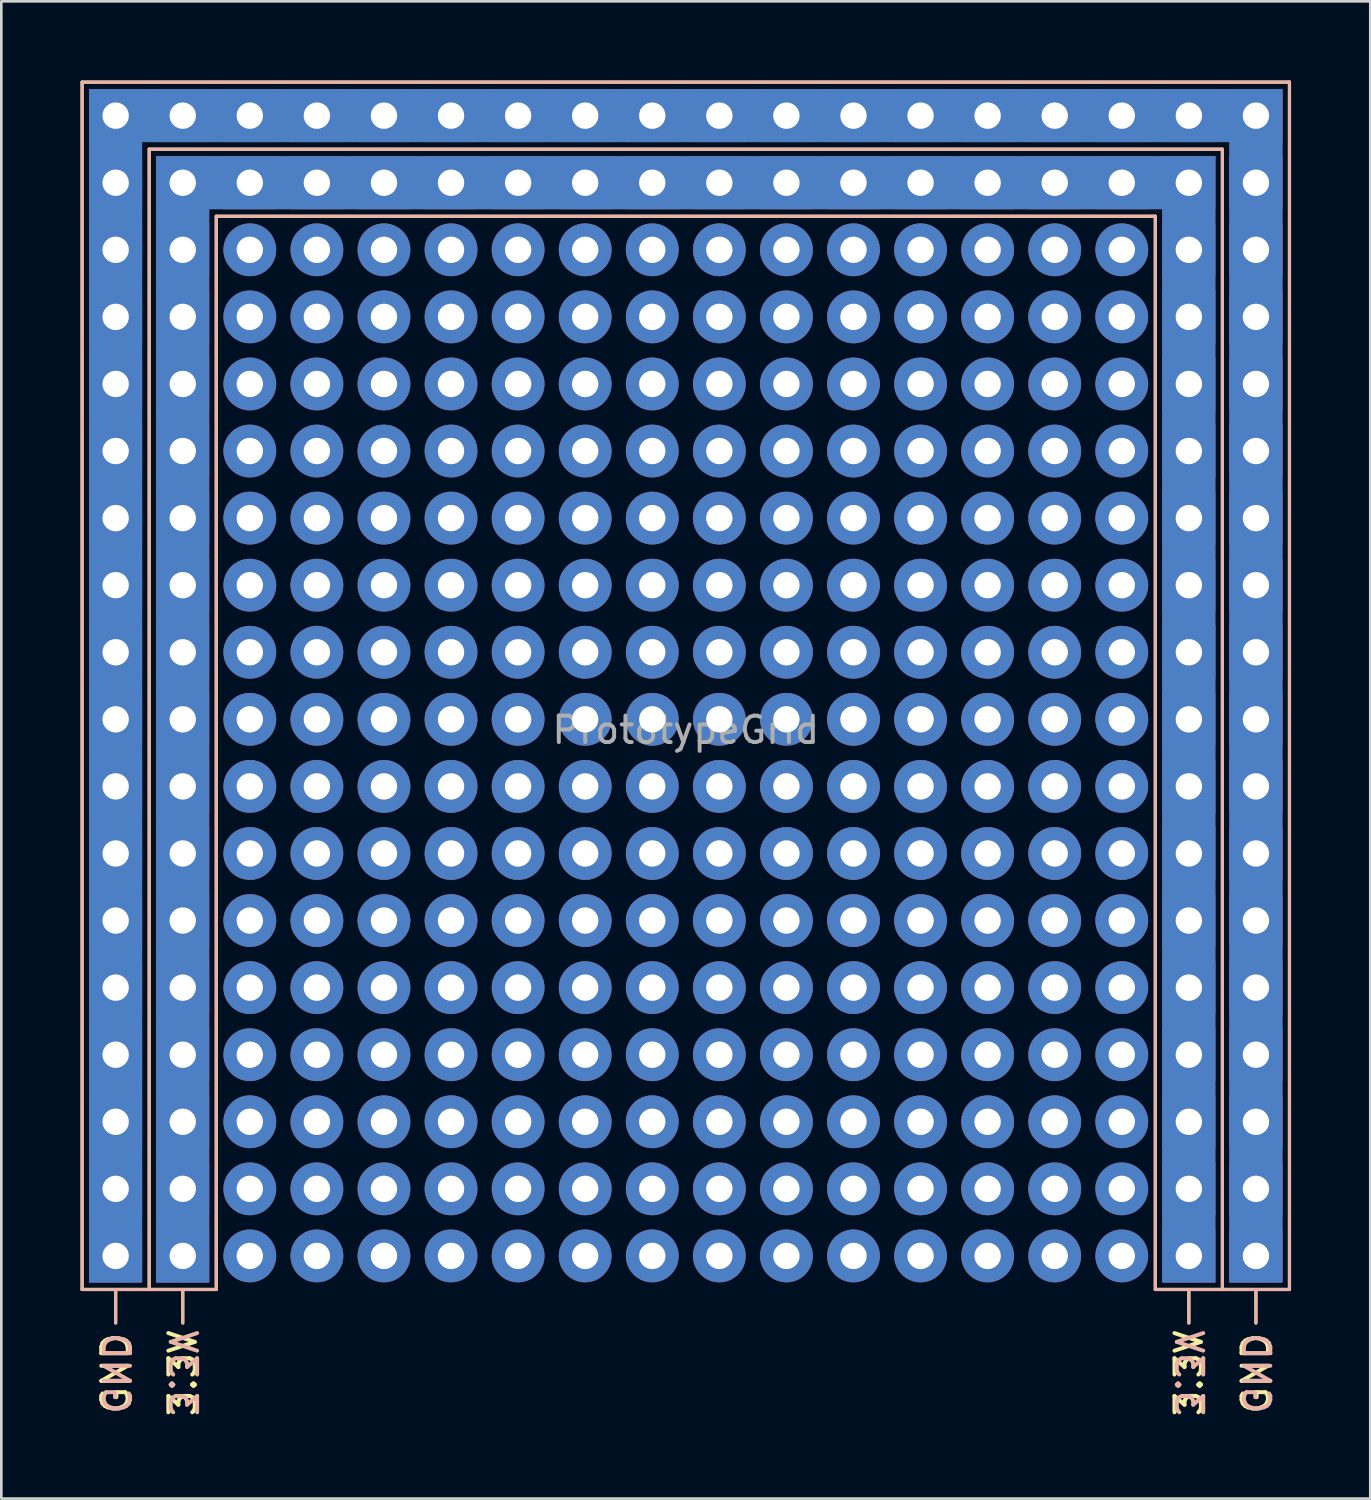
<source format=kicad_pcb>
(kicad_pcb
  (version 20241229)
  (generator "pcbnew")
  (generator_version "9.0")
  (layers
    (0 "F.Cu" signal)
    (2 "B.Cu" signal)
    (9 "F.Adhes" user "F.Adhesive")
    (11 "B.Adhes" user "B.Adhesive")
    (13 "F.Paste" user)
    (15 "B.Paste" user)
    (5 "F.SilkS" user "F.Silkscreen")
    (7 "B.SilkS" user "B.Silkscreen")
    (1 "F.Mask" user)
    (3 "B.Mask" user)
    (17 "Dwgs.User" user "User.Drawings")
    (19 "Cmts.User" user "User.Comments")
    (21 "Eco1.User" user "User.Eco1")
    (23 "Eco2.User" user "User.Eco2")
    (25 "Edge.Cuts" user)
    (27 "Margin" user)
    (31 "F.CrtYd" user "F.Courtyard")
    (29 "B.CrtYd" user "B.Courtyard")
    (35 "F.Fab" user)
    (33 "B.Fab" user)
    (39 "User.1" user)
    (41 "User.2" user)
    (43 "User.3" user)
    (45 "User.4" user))
  (footprint "PrototypeGrid"
    (layer "F.Cu")
    (at 22.92 25.46)
    (property "Reference" "PrototypeGrid" (at 0 -0.865 0) (unlocked yes) (layer "F.Fab") (effects (font (size 1 1) (thickness 0.15))))
    (attr through_hole)
    (fp_poly (pts (xy 20.05 20.05) (xy 18.05 20.05) (xy 18.05 -20.59) (xy -18.05 -20.59) (xy -18.05 20.05) (xy -20.05 20.05) (xy -20.05 -22.59) (xy 20.05 -22.59)) (stroke (width 0) (type solid)) (fill yes) (layer "F.Cu"))
    (fp_poly (pts (xy 22.59 20.05) (xy 20.59 20.05) (xy 20.59 -23.13) (xy -20.59 -23.13) (xy -20.59 20.05) (xy -22.59 20.05) (xy -22.59 -25.13) (xy 22.59 -25.13)) (stroke (width 0) (type solid)) (fill yes) (layer "F.Cu"))
    (fp_poly (pts (xy 20.05 20.05) (xy 18.05 20.05) (xy 18.05 -20.59) (xy -18.05 -20.59) (xy -18.05 20.05) (xy -20.05 20.05) (xy -20.05 -22.59) (xy 20.05 -22.59)) (stroke (width 0) (type solid)) (fill yes) (layer "F.Mask"))
    (fp_poly (pts (xy 22.59 20.05) (xy 20.59 20.05) (xy 20.59 -23.13) (xy -20.59 -23.13) (xy -20.59 20.05) (xy -22.59 20.05) (xy -22.59 -25.13) (xy 22.59 -25.13)) (stroke (width 0) (type solid)) (fill yes) (layer "F.Mask"))
    (fp_poly (pts (xy -22.59 20.05) (xy -20.59 20.05) (xy -20.59 -23.13) (xy 20.59 -23.13) (xy 20.59 20.05) (xy 22.59 20.05) (xy 22.59 -25.13) (xy -22.59 -25.13)) (stroke (width 0) (type solid)) (fill yes) (layer "B.Cu"))
    (fp_poly (pts (xy -22.59 20.05) (xy -20.59 20.05) (xy -20.59 -23.13) (xy 20.59 -23.13) (xy 20.59 20.05) (xy 22.59 20.05) (xy 22.59 -25.13) (xy -22.59 -25.13)) (stroke (width 0) (type solid)) (fill yes) (layer "B.Cu"))
    (fp_poly (pts (xy -20.05 20.05) (xy -18.05 20.05) (xy -18.05 -20.59) (xy 18.05 -20.59) (xy 18.05 20.05) (xy 20.05 20.05) (xy 20.05 -22.59) (xy -20.05 -22.59)) (stroke (width 0) (type solid)) (fill yes) (layer "B.Cu"))
    (fp_poly (pts (xy -20.05 20.05) (xy -18.05 20.05) (xy -18.05 -20.59) (xy 18.05 -20.59) (xy 18.05 20.05) (xy 20.05 20.05) (xy 20.05 -22.59) (xy -20.05 -22.59)) (stroke (width 0) (type solid)) (fill yes) (layer "B.Cu"))
    (fp_poly (pts (xy -22.59 20.05) (xy -20.59 20.05) (xy -20.59 -23.13) (xy 20.59 -23.13) (xy 20.59 20.05) (xy 22.59 20.05) (xy 22.59 -25.13) (xy -22.59 -25.13)) (stroke (width 0) (type solid)) (fill yes) (layer "B.Mask"))
    (fp_poly (pts (xy -20.05 20.05) (xy -18.05 20.05) (xy -18.05 -20.59) (xy 18.05 -20.59) (xy 18.05 20.05) (xy 20.05 20.05) (xy 20.05 -22.59) (xy -20.05 -22.59)) (stroke (width 0) (type solid)) (fill yes) (layer "B.Mask"))
    (fp_line (start -22.86 -25.4) (end 22.86 -25.4) (stroke (width 0.12) (type solid)) (layer "F.SilkS"))
    (fp_line (start -22.86 20.32) (end -22.86 -25.4) (stroke (width 0.12) (type solid)) (layer "F.SilkS"))
    (fp_line (start -21.59 20.32) (end -21.59 21.59) (stroke (width 0.12) (type solid)) (layer "F.SilkS"))
    (fp_line (start -20.32 -22.86) (end 20.32 -22.86) (stroke (width 0.12) (type solid)) (layer "F.SilkS"))
    (fp_line (start -20.32 20.32) (end -20.32 -22.86) (stroke (width 0.12) (type solid)) (layer "F.SilkS"))
    (fp_line (start -19.05 20.32) (end -19.05 21.59) (stroke (width 0.12) (type solid)) (layer "F.SilkS"))
    (fp_line (start -17.78 -20.32) (end -17.78 20.32) (stroke (width 0.12) (type solid)) (layer "F.SilkS"))
    (fp_line (start -17.78 20.32) (end -22.86 20.32) (stroke (width 0.12) (type solid)) (layer "F.SilkS"))
    (fp_line (start 17.78 -20.32) (end -17.78 -20.32) (stroke (width 0.12) (type solid)) (layer "F.SilkS"))
    (fp_line (start 17.78 20.32) (end 17.78 -20.32) (stroke (width 0.12) (type solid)) (layer "F.SilkS"))
    (fp_line (start 19.05 20.32) (end 19.05 21.59) (stroke (width 0.12) (type solid)) (layer "F.SilkS"))
    (fp_line (start 20.32 -22.86) (end 20.32 20.32) (stroke (width 0.12) (type solid)) (layer "F.SilkS"))
    (fp_line (start 21.59 20.32) (end 21.59 21.59) (stroke (width 0.12) (type solid)) (layer "F.SilkS"))
    (fp_line (start 22.86 -25.4) (end 22.86 20.32) (stroke (width 0.12) (type solid)) (layer "F.SilkS"))
    (fp_line (start 22.86 20.32) (end 17.78 20.32) (stroke (width 0.12) (type solid)) (layer "F.SilkS"))
    (fp_line (start -22.86 -25.4) (end -22.86 20.32) (stroke (width 0.12) (type solid)) (layer "B.SilkS"))
    (fp_line (start -22.86 20.32) (end -17.78 20.32) (stroke (width 0.12) (type solid)) (layer "B.SilkS"))
    (fp_line (start -21.59 20.32) (end -21.59 21.59) (stroke (width 0.12) (type solid)) (layer "B.SilkS"))
    (fp_line (start -20.32 -22.86) (end -20.32 20.32) (stroke (width 0.12) (type solid)) (layer "B.SilkS"))
    (fp_line (start -19.05 20.32) (end -19.05 21.59) (stroke (width 0.12) (type solid)) (layer "B.SilkS"))
    (fp_line (start -17.78 -20.32) (end 17.78 -20.32) (stroke (width 0.12) (type solid)) (layer "B.SilkS"))
    (fp_line (start -17.78 20.32) (end -17.78 -20.32) (stroke (width 0.12) (type solid)) (layer "B.SilkS"))
    (fp_line (start 17.78 -20.32) (end 17.78 20.32) (stroke (width 0.12) (type solid)) (layer "B.SilkS"))
    (fp_line (start 17.78 20.32) (end 22.86 20.32) (stroke (width 0.12) (type solid)) (layer "B.SilkS"))
    (fp_line (start 19.05 20.32) (end 19.05 21.59) (stroke (width 0.12) (type solid)) (layer "B.SilkS"))
    (fp_line (start 20.32 -22.86) (end -20.32 -22.86) (stroke (width 0.12) (type solid)) (layer "B.SilkS"))
    (fp_line (start 20.32 20.32) (end 20.32 -22.86) (stroke (width 0.12) (type solid)) (layer "B.SilkS"))
    (fp_line (start 21.59 20.32) (end 21.59 21.59) (stroke (width 0.12) (type solid)) (layer "B.SilkS"))
    (fp_line (start 22.86 -25.4) (end -22.86 -25.4) (stroke (width 0.12) (type solid)) (layer "B.SilkS"))
    (fp_line (start 22.86 20.32) (end 22.86 -25.4) (stroke (width 0.12) (type solid)) (layer "B.SilkS"))
    (fp_text user "GND" (at -21.59 23.495 90) (unlocked yes) (layer "F.SilkS") (effects (font (size 1 1) (thickness 0.15))))
    (fp_text user "3.3V" (at 19.05 23.495 90) (unlocked yes) (layer "F.SilkS") (effects (font (size 1 1) (thickness 0.15))))
    (fp_text user "3.3V" (at -19.05 23.495 90) (unlocked yes) (layer "F.SilkS") (effects (font (size 1 1) (thickness 0.15))))
    (fp_text user "GND" (at 21.59 23.495 90) (unlocked yes) (layer "F.SilkS") (effects (font (size 1 1) (thickness 0.15))))
    (fp_text user "GND" (at -21.59 23.495 270) (unlocked yes) (layer "B.SilkS") (effects (font (size 1 1) (thickness 0.15)) (justify mirror)))
    (fp_text user "GND" (at 21.59 23.495 270) (unlocked yes) (layer "B.SilkS") (effects (font (size 1 1) (thickness 0.15)) (justify mirror)))
    (fp_text user "3.3V" (at -19.05 23.495 270) (unlocked yes) (layer "B.SilkS") (effects (font (size 1 1) (thickness 0.15)) (justify mirror)))
    (fp_text user "3.3V" (at 19.05 23.495 270) (unlocked yes) (layer "B.SilkS") (effects (font (size 1 1) (thickness 0.15)) (justify mirror)))
    (pad "1" thru_hole rect (at -21.59 -24.13) (size 2 2) (drill 1) (layers "*.Cu" "*.Mask"))
    (pad "2" thru_hole rect (at -19.05 -24.13) (size 2 2) (drill 1) (layers "*.Cu" "*.Mask"))
    (pad "3" thru_hole rect (at -16.51 -24.13) (size 2 2) (drill 1) (layers "*.Cu" "*.Mask"))
    (pad "4" thru_hole rect (at -13.97 -24.13) (size 2 2) (drill 1) (layers "*.Cu" "*.Mask"))
    (pad "5" thru_hole rect (at -11.43 -24.13) (size 2 2) (drill 1) (layers "*.Cu" "*.Mask"))
    (pad "6" thru_hole rect (at -8.89 -24.13) (size 2 2) (drill 1) (layers "*.Cu" "*.Mask"))
    (pad "7" thru_hole rect (at -6.35 -24.13) (size 2 2) (drill 1) (layers "*.Cu" "*.Mask"))
    (pad "8" thru_hole rect (at -3.81 -24.13) (size 2 2) (drill 1) (layers "*.Cu" "*.Mask"))
    (pad "9" thru_hole rect (at -1.27 -24.13) (size 2 2) (drill 1) (layers "*.Cu" "*.Mask"))
    (pad "10" thru_hole rect (at 1.27 -24.13) (size 2 2) (drill 1) (layers "*.Cu" "*.Mask"))
    (pad "11" thru_hole rect (at 3.81 -24.13) (size 2 2) (drill 1) (layers "*.Cu" "*.Mask"))
    (pad "12" thru_hole rect (at 6.35 -24.13) (size 2 2) (drill 1) (layers "*.Cu" "*.Mask"))
    (pad "13" thru_hole rect (at 8.89 -24.13) (size 2 2) (drill 1) (layers "*.Cu" "*.Mask"))
    (pad "14" thru_hole rect (at 11.43 -24.13) (size 2 2) (drill 1) (layers "*.Cu" "*.Mask"))
    (pad "15" thru_hole rect (at 13.97 -24.13) (size 2 2) (drill 1) (layers "*.Cu" "*.Mask"))
    (pad "16" thru_hole rect (at 16.51 -24.13) (size 2 2) (drill 1) (layers "*.Cu" "*.Mask"))
    (pad "17" thru_hole rect (at 19.05 -24.13) (size 2 2) (drill 1) (layers "*.Cu" "*.Mask"))
    (pad "18" thru_hole rect (at 21.59 -24.13) (size 2 2) (drill 1) (layers "*.Cu" "*.Mask"))
    (pad "19" thru_hole rect (at -21.59 -21.59) (size 2 2) (drill 1) (layers "*.Cu" "*.Mask"))
    (pad "20" thru_hole rect (at -19.05 -21.59) (size 2 2) (drill 1) (layers "*.Cu" "*.Mask"))
    (pad "21" thru_hole rect (at -16.51 -21.59) (size 2 2) (drill 1) (layers "*.Cu" "*.Mask"))
    (pad "22" thru_hole rect (at -13.97 -21.59) (size 2 2) (drill 1) (layers "*.Cu" "*.Mask"))
    (pad "23" thru_hole rect (at -11.43 -21.59) (size 2 2) (drill 1) (layers "*.Cu" "*.Mask"))
    (pad "24" thru_hole rect (at -8.89 -21.59) (size 2 2) (drill 1) (layers "*.Cu" "*.Mask"))
    (pad "25" thru_hole rect (at -6.35 -21.59) (size 2 2) (drill 1) (layers "*.Cu" "*.Mask"))
    (pad "26" thru_hole rect (at -3.81 -21.59) (size 2 2) (drill 1) (layers "*.Cu" "*.Mask"))
    (pad "27" thru_hole rect (at -1.27 -21.59) (size 2 2) (drill 1) (layers "*.Cu" "*.Mask"))
    (pad "28" thru_hole rect (at 1.27 -21.59) (size 2 2) (drill 1) (layers "*.Cu" "*.Mask"))
    (pad "29" thru_hole rect (at 3.81 -21.59) (size 2 2) (drill 1) (layers "*.Cu" "*.Mask"))
    (pad "30" thru_hole rect (at 6.35 -21.59) (size 2 2) (drill 1) (layers "*.Cu" "*.Mask"))
    (pad "31" thru_hole rect (at 8.89 -21.59) (size 2 2) (drill 1) (layers "*.Cu" "*.Mask"))
    (pad "32" thru_hole rect (at 11.43 -21.59) (size 2 2) (drill 1) (layers "*.Cu" "*.Mask"))
    (pad "33" thru_hole rect (at 13.97 -21.59) (size 2 2) (drill 1) (layers "*.Cu" "*.Mask"))
    (pad "34" thru_hole rect (at 16.51 -21.59) (size 2 2) (drill 1) (layers "*.Cu" "*.Mask"))
    (pad "35" thru_hole rect (at 19.05 -21.59) (size 2 2) (drill 1) (layers "*.Cu" "*.Mask"))
    (pad "36" thru_hole rect (at 21.59 -21.59) (size 2 2) (drill 1) (layers "*.Cu" "*.Mask"))
    (pad "37" thru_hole rect (at -21.59 -19.05) (size 2 2) (drill 1) (layers "*.Cu" "*.Mask"))
    (pad "38" thru_hole rect (at -19.05 -19.05) (size 2 2) (drill 1) (layers "*.Cu" "*.Mask"))
    (pad "39" thru_hole circle (at -16.51 -19.05) (size 2 2) (drill 1) (layers "*.Cu" "*.Mask"))
    (pad "40" thru_hole circle (at -13.97 -19.05) (size 2 2) (drill 1) (layers "*.Cu" "*.Mask"))
    (pad "41" thru_hole circle (at -11.43 -19.05) (size 2 2) (drill 1) (layers "*.Cu" "*.Mask"))
    (pad "42" thru_hole circle (at -8.89 -19.05) (size 2 2) (drill 1) (layers "*.Cu" "*.Mask"))
    (pad "43" thru_hole circle (at -6.35 -19.05) (size 2 2) (drill 1) (layers "*.Cu" "*.Mask"))
    (pad "44" thru_hole circle (at -3.81 -19.05) (size 2 2) (drill 1) (layers "*.Cu" "*.Mask"))
    (pad "45" thru_hole circle (at -1.27 -19.05) (size 2 2) (drill 1) (layers "*.Cu" "*.Mask"))
    (pad "46" thru_hole circle (at 1.27 -19.05) (size 2 2) (drill 1) (layers "*.Cu" "*.Mask"))
    (pad "47" thru_hole circle (at 3.81 -19.05) (size 2 2) (drill 1) (layers "*.Cu" "*.Mask"))
    (pad "48" thru_hole circle (at 6.35 -19.05) (size 2 2) (drill 1) (layers "*.Cu" "*.Mask"))
    (pad "49" thru_hole circle (at 8.89 -19.05) (size 2 2) (drill 1) (layers "*.Cu" "*.Mask"))
    (pad "50" thru_hole circle (at 11.43 -19.05) (size 2 2) (drill 1) (layers "*.Cu" "*.Mask"))
    (pad "51" thru_hole circle (at 13.97 -19.05) (size 2 2) (drill 1) (layers "*.Cu" "*.Mask"))
    (pad "52" thru_hole circle (at 16.51 -19.05) (size 2 2) (drill 1) (layers "*.Cu" "*.Mask"))
    (pad "53" thru_hole rect (at 19.05 -19.05) (size 2 2) (drill 1) (layers "*.Cu" "*.Mask"))
    (pad "54" thru_hole rect (at 21.59 -19.05) (size 2 2) (drill 1) (layers "*.Cu" "*.Mask"))
    (pad "55" thru_hole rect (at -21.59 -16.51) (size 2 2) (drill 1) (layers "*.Cu" "*.Mask"))
    (pad "56" thru_hole rect (at -19.05 -16.51) (size 2 2) (drill 1) (layers "*.Cu" "*.Mask"))
    (pad "57" thru_hole circle (at -16.51 -16.51) (size 2 2) (drill 1) (layers "*.Cu" "*.Mask"))
    (pad "58" thru_hole circle (at -13.97 -16.51) (size 2 2) (drill 1) (layers "*.Cu" "*.Mask"))
    (pad "59" thru_hole circle (at -11.43 -16.51) (size 2 2) (drill 1) (layers "*.Cu" "*.Mask"))
    (pad "60" thru_hole circle (at -8.89 -16.51) (size 2 2) (drill 1) (layers "*.Cu" "*.Mask"))
    (pad "61" thru_hole circle (at -6.35 -16.51) (size 2 2) (drill 1) (layers "*.Cu" "*.Mask"))
    (pad "62" thru_hole circle (at -3.81 -16.51) (size 2 2) (drill 1) (layers "*.Cu" "*.Mask"))
    (pad "63" thru_hole circle (at -1.27 -16.51) (size 2 2) (drill 1) (layers "*.Cu" "*.Mask"))
    (pad "64" thru_hole circle (at 1.27 -16.51) (size 2 2) (drill 1) (layers "*.Cu" "*.Mask"))
    (pad "65" thru_hole circle (at 3.81 -16.51) (size 2 2) (drill 1) (layers "*.Cu" "*.Mask"))
    (pad "66" thru_hole circle (at 6.35 -16.51) (size 2 2) (drill 1) (layers "*.Cu" "*.Mask"))
    (pad "67" thru_hole circle (at 8.89 -16.51) (size 2 2) (drill 1) (layers "*.Cu" "*.Mask"))
    (pad "68" thru_hole circle (at 11.43 -16.51) (size 2 2) (drill 1) (layers "*.Cu" "*.Mask"))
    (pad "69" thru_hole circle (at 13.97 -16.51) (size 2 2) (drill 1) (layers "*.Cu" "*.Mask"))
    (pad "70" thru_hole circle (at 16.51 -16.51) (size 2 2) (drill 1) (layers "*.Cu" "*.Mask"))
    (pad "71" thru_hole rect (at 19.05 -16.51) (size 2 2) (drill 1) (layers "*.Cu" "*.Mask"))
    (pad "72" thru_hole rect (at 21.59 -16.51) (size 2 2) (drill 1) (layers "*.Cu" "*.Mask"))
    (pad "73" thru_hole rect (at -21.59 -13.97) (size 2 2) (drill 1) (layers "*.Cu" "*.Mask"))
    (pad "74" thru_hole rect (at -19.05 -13.97) (size 2 2) (drill 1) (layers "*.Cu" "*.Mask"))
    (pad "75" thru_hole circle (at -16.51 -13.97) (size 2 2) (drill 1) (layers "*.Cu" "*.Mask"))
    (pad "76" thru_hole circle (at -13.97 -13.97) (size 2 2) (drill 1) (layers "*.Cu" "*.Mask"))
    (pad "77" thru_hole circle (at -11.43 -13.97) (size 2 2) (drill 1) (layers "*.Cu" "*.Mask"))
    (pad "78" thru_hole circle (at -8.89 -13.97) (size 2 2) (drill 1) (layers "*.Cu" "*.Mask"))
    (pad "79" thru_hole circle (at -6.35 -13.97) (size 2 2) (drill 1) (layers "*.Cu" "*.Mask"))
    (pad "80" thru_hole circle (at -3.81 -13.97) (size 2 2) (drill 1) (layers "*.Cu" "*.Mask"))
    (pad "81" thru_hole circle (at -1.27 -13.97) (size 2 2) (drill 1) (layers "*.Cu" "*.Mask"))
    (pad "82" thru_hole circle (at 1.27 -13.97) (size 2 2) (drill 1) (layers "*.Cu" "*.Mask"))
    (pad "83" thru_hole circle (at 3.81 -13.97) (size 2 2) (drill 1) (layers "*.Cu" "*.Mask"))
    (pad "84" thru_hole circle (at 6.35 -13.97) (size 2 2) (drill 1) (layers "*.Cu" "*.Mask"))
    (pad "85" thru_hole circle (at 8.89 -13.97) (size 2 2) (drill 1) (layers "*.Cu" "*.Mask"))
    (pad "86" thru_hole circle (at 11.43 -13.97) (size 2 2) (drill 1) (layers "*.Cu" "*.Mask"))
    (pad "87" thru_hole circle (at 13.97 -13.97) (size 2 2) (drill 1) (layers "*.Cu" "*.Mask"))
    (pad "88" thru_hole circle (at 16.51 -13.97) (size 2 2) (drill 1) (layers "*.Cu" "*.Mask"))
    (pad "89" thru_hole rect (at 19.05 -13.97) (size 2 2) (drill 1) (layers "*.Cu" "*.Mask"))
    (pad "90" thru_hole rect (at 21.59 -13.97) (size 2 2) (drill 1) (layers "*.Cu" "*.Mask"))
    (pad "91" thru_hole rect (at -21.59 -11.43) (size 2 2) (drill 1) (layers "*.Cu" "*.Mask"))
    (pad "92" thru_hole rect (at -19.05 -11.43) (size 2 2) (drill 1) (layers "*.Cu" "*.Mask"))
    (pad "93" thru_hole circle (at -16.51 -11.43) (size 2 2) (drill 1) (layers "*.Cu" "*.Mask"))
    (pad "94" thru_hole circle (at -13.97 -11.43) (size 2 2) (drill 1) (layers "*.Cu" "*.Mask"))
    (pad "95" thru_hole circle (at -11.43 -11.43) (size 2 2) (drill 1) (layers "*.Cu" "*.Mask"))
    (pad "96" thru_hole circle (at -8.89 -11.43) (size 2 2) (drill 1) (layers "*.Cu" "*.Mask"))
    (pad "97" thru_hole circle (at -6.35 -11.43) (size 2 2) (drill 1) (layers "*.Cu" "*.Mask"))
    (pad "98" thru_hole circle (at -3.81 -11.43) (size 2 2) (drill 1) (layers "*.Cu" "*.Mask"))
    (pad "99" thru_hole circle (at -1.27 -11.43) (size 2 2) (drill 1) (layers "*.Cu" "*.Mask"))
    (pad "100" thru_hole circle (at 1.27 -11.43) (size 2 2) (drill 1) (layers "*.Cu" "*.Mask"))
    (pad "101" thru_hole circle (at 3.81 -11.43) (size 2 2) (drill 1) (layers "*.Cu" "*.Mask"))
    (pad "102" thru_hole circle (at 6.35 -11.43) (size 2 2) (drill 1) (layers "*.Cu" "*.Mask"))
    (pad "103" thru_hole circle (at 8.89 -11.43) (size 2 2) (drill 1) (layers "*.Cu" "*.Mask"))
    (pad "104" thru_hole circle (at 11.43 -11.43) (size 2 2) (drill 1) (layers "*.Cu" "*.Mask"))
    (pad "105" thru_hole circle (at 13.97 -11.43) (size 2 2) (drill 1) (layers "*.Cu" "*.Mask"))
    (pad "106" thru_hole circle (at 16.51 -11.43) (size 2 2) (drill 1) (layers "*.Cu" "*.Mask"))
    (pad "107" thru_hole rect (at 19.05 -11.43) (size 2 2) (drill 1) (layers "*.Cu" "*.Mask"))
    (pad "108" thru_hole rect (at 21.59 -11.43) (size 2 2) (drill 1) (layers "*.Cu" "*.Mask"))
    (pad "109" thru_hole rect (at -21.59 -8.89) (size 2 2) (drill 1) (layers "*.Cu" "*.Mask"))
    (pad "110" thru_hole rect (at -19.05 -8.89) (size 2 2) (drill 1) (layers "*.Cu" "*.Mask"))
    (pad "111" thru_hole circle (at -16.51 -8.89) (size 2 2) (drill 1) (layers "*.Cu" "*.Mask"))
    (pad "112" thru_hole circle (at -13.97 -8.89) (size 2 2) (drill 1) (layers "*.Cu" "*.Mask"))
    (pad "113" thru_hole circle (at -11.43 -8.89) (size 2 2) (drill 1) (layers "*.Cu" "*.Mask"))
    (pad "114" thru_hole circle (at -8.89 -8.89) (size 2 2) (drill 1) (layers "*.Cu" "*.Mask"))
    (pad "115" thru_hole circle (at -6.35 -8.89) (size 2 2) (drill 1) (layers "*.Cu" "*.Mask"))
    (pad "116" thru_hole circle (at -3.81 -8.89) (size 2 2) (drill 1) (layers "*.Cu" "*.Mask"))
    (pad "117" thru_hole circle (at -1.27 -8.89) (size 2 2) (drill 1) (layers "*.Cu" "*.Mask"))
    (pad "118" thru_hole circle (at 1.27 -8.89) (size 2 2) (drill 1) (layers "*.Cu" "*.Mask"))
    (pad "119" thru_hole circle (at 3.81 -8.89) (size 2 2) (drill 1) (layers "*.Cu" "*.Mask"))
    (pad "120" thru_hole circle (at 6.35 -8.89) (size 2 2) (drill 1) (layers "*.Cu" "*.Mask"))
    (pad "121" thru_hole circle (at 8.89 -8.89) (size 2 2) (drill 1) (layers "*.Cu" "*.Mask"))
    (pad "122" thru_hole circle (at 11.43 -8.89) (size 2 2) (drill 1) (layers "*.Cu" "*.Mask"))
    (pad "123" thru_hole circle (at 13.97 -8.89) (size 2 2) (drill 1) (layers "*.Cu" "*.Mask"))
    (pad "124" thru_hole circle (at 16.51 -8.89) (size 2 2) (drill 1) (layers "*.Cu" "*.Mask"))
    (pad "125" thru_hole rect (at 19.05 -8.89) (size 2 2) (drill 1) (layers "*.Cu" "*.Mask"))
    (pad "126" thru_hole rect (at 21.59 -8.89) (size 2 2) (drill 1) (layers "*.Cu" "*.Mask"))
    (pad "127" thru_hole rect (at -21.59 -6.35) (size 2 2) (drill 1) (layers "*.Cu" "*.Mask"))
    (pad "128" thru_hole rect (at -19.05 -6.35) (size 2 2) (drill 1) (layers "*.Cu" "*.Mask"))
    (pad "129" thru_hole circle (at -16.51 -6.35) (size 2 2) (drill 1) (layers "*.Cu" "*.Mask"))
    (pad "130" thru_hole circle (at -13.97 -6.35) (size 2 2) (drill 1) (layers "*.Cu" "*.Mask"))
    (pad "131" thru_hole circle (at -11.43 -6.35) (size 2 2) (drill 1) (layers "*.Cu" "*.Mask"))
    (pad "132" thru_hole circle (at -8.89 -6.35) (size 2 2) (drill 1) (layers "*.Cu" "*.Mask"))
    (pad "133" thru_hole circle (at -6.35 -6.35) (size 2 2) (drill 1) (layers "*.Cu" "*.Mask"))
    (pad "134" thru_hole circle (at -3.81 -6.35) (size 2 2) (drill 1) (layers "*.Cu" "*.Mask"))
    (pad "135" thru_hole circle (at -1.27 -6.35) (size 2 2) (drill 1) (layers "*.Cu" "*.Mask"))
    (pad "136" thru_hole circle (at 1.27 -6.35) (size 2 2) (drill 1) (layers "*.Cu" "*.Mask"))
    (pad "137" thru_hole circle (at 3.81 -6.35) (size 2 2) (drill 1) (layers "*.Cu" "*.Mask"))
    (pad "138" thru_hole circle (at 6.35 -6.35) (size 2 2) (drill 1) (layers "*.Cu" "*.Mask"))
    (pad "139" thru_hole circle (at 8.89 -6.35) (size 2 2) (drill 1) (layers "*.Cu" "*.Mask"))
    (pad "140" thru_hole circle (at 11.43 -6.35) (size 2 2) (drill 1) (layers "*.Cu" "*.Mask"))
    (pad "141" thru_hole circle (at 13.97 -6.35) (size 2 2) (drill 1) (layers "*.Cu" "*.Mask"))
    (pad "142" thru_hole circle (at 16.51 -6.35) (size 2 2) (drill 1) (layers "*.Cu" "*.Mask"))
    (pad "143" thru_hole rect (at 19.05 -6.35) (size 2 2) (drill 1) (layers "*.Cu" "*.Mask"))
    (pad "144" thru_hole rect (at 21.59 -6.35) (size 2 2) (drill 1) (layers "*.Cu" "*.Mask"))
    (pad "145" thru_hole rect (at -21.59 -3.81) (size 2 2) (drill 1) (layers "*.Cu" "*.Mask"))
    (pad "146" thru_hole rect (at -19.05 -3.81) (size 2 2) (drill 1) (layers "*.Cu" "*.Mask"))
    (pad "147" thru_hole circle (at -16.51 -3.81) (size 2 2) (drill 1) (layers "*.Cu" "*.Mask"))
    (pad "148" thru_hole circle (at -13.97 -3.81) (size 2 2) (drill 1) (layers "*.Cu" "*.Mask"))
    (pad "149" thru_hole circle (at -11.43 -3.81) (size 2 2) (drill 1) (layers "*.Cu" "*.Mask"))
    (pad "150" thru_hole circle (at -8.89 -3.81) (size 2 2) (drill 1) (layers "*.Cu" "*.Mask"))
    (pad "151" thru_hole circle (at -6.35 -3.81) (size 2 2) (drill 1) (layers "*.Cu" "*.Mask"))
    (pad "152" thru_hole circle (at -3.81 -3.81) (size 2 2) (drill 1) (layers "*.Cu" "*.Mask"))
    (pad "153" thru_hole circle (at -1.27 -3.81) (size 2 2) (drill 1) (layers "*.Cu" "*.Mask"))
    (pad "154" thru_hole circle (at 1.27 -3.81) (size 2 2) (drill 1) (layers "*.Cu" "*.Mask"))
    (pad "155" thru_hole circle (at 3.81 -3.81) (size 2 2) (drill 1) (layers "*.Cu" "*.Mask"))
    (pad "156" thru_hole circle (at 6.35 -3.81) (size 2 2) (drill 1) (layers "*.Cu" "*.Mask"))
    (pad "157" thru_hole circle (at 8.89 -3.81) (size 2 2) (drill 1) (layers "*.Cu" "*.Mask"))
    (pad "158" thru_hole circle (at 11.43 -3.81) (size 2 2) (drill 1) (layers "*.Cu" "*.Mask"))
    (pad "159" thru_hole circle (at 13.97 -3.81) (size 2 2) (drill 1) (layers "*.Cu" "*.Mask"))
    (pad "160" thru_hole circle (at 16.51 -3.81) (size 2 2) (drill 1) (layers "*.Cu" "*.Mask"))
    (pad "161" thru_hole rect (at 19.05 -3.81) (size 2 2) (drill 1) (layers "*.Cu" "*.Mask"))
    (pad "162" thru_hole rect (at 21.59 -3.81) (size 2 2) (drill 1) (layers "*.Cu" "*.Mask"))
    (pad "163" thru_hole rect (at -21.59 -1.27) (size 2 2) (drill 1) (layers "*.Cu" "*.Mask"))
    (pad "164" thru_hole rect (at -19.05 -1.27) (size 2 2) (drill 1) (layers "*.Cu" "*.Mask"))
    (pad "165" thru_hole circle (at -16.51 -1.27) (size 2 2) (drill 1) (layers "*.Cu" "*.Mask"))
    (pad "166" thru_hole circle (at -13.97 -1.27) (size 2 2) (drill 1) (layers "*.Cu" "*.Mask"))
    (pad "167" thru_hole circle (at -11.43 -1.27) (size 2 2) (drill 1) (layers "*.Cu" "*.Mask"))
    (pad "168" thru_hole circle (at -8.89 -1.27) (size 2 2) (drill 1) (layers "*.Cu" "*.Mask"))
    (pad "169" thru_hole circle (at -6.35 -1.27) (size 2 2) (drill 1) (layers "*.Cu" "*.Mask"))
    (pad "170" thru_hole circle (at -3.81 -1.27) (size 2 2) (drill 1) (layers "*.Cu" "*.Mask"))
    (pad "171" thru_hole circle (at -1.27 -1.27) (size 2 2) (drill 1) (layers "*.Cu" "*.Mask"))
    (pad "172" thru_hole circle (at 1.27 -1.27) (size 2 2) (drill 1) (layers "*.Cu" "*.Mask"))
    (pad "173" thru_hole circle (at 3.81 -1.27) (size 2 2) (drill 1) (layers "*.Cu" "*.Mask"))
    (pad "174" thru_hole circle (at 6.35 -1.27) (size 2 2) (drill 1) (layers "*.Cu" "*.Mask"))
    (pad "175" thru_hole circle (at 8.89 -1.27) (size 2 2) (drill 1) (layers "*.Cu" "*.Mask"))
    (pad "176" thru_hole circle (at 11.43 -1.27) (size 2 2) (drill 1) (layers "*.Cu" "*.Mask"))
    (pad "177" thru_hole circle (at 13.97 -1.27) (size 2 2) (drill 1) (layers "*.Cu" "*.Mask"))
    (pad "178" thru_hole circle (at 16.51 -1.27) (size 2 2) (drill 1) (layers "*.Cu" "*.Mask"))
    (pad "179" thru_hole rect (at 19.05 -1.27) (size 2 2) (drill 1) (layers "*.Cu" "*.Mask"))
    (pad "180" thru_hole rect (at 21.59 -1.27) (size 2 2) (drill 1) (layers "*.Cu" "*.Mask"))
    (pad "181" thru_hole rect (at -21.59 1.27) (size 2 2) (drill 1) (layers "*.Cu" "*.Mask"))
    (pad "182" thru_hole rect (at -19.05 1.27) (size 2 2) (drill 1) (layers "*.Cu" "*.Mask"))
    (pad "183" thru_hole circle (at -16.51 1.27) (size 2 2) (drill 1) (layers "*.Cu" "*.Mask"))
    (pad "184" thru_hole circle (at -13.97 1.27) (size 2 2) (drill 1) (layers "*.Cu" "*.Mask"))
    (pad "185" thru_hole circle (at -11.43 1.27) (size 2 2) (drill 1) (layers "*.Cu" "*.Mask"))
    (pad "186" thru_hole circle (at -8.89 1.27) (size 2 2) (drill 1) (layers "*.Cu" "*.Mask"))
    (pad "187" thru_hole circle (at -6.35 1.27) (size 2 2) (drill 1) (layers "*.Cu" "*.Mask"))
    (pad "188" thru_hole circle (at -3.81 1.27) (size 2 2) (drill 1) (layers "*.Cu" "*.Mask"))
    (pad "189" thru_hole circle (at -1.27 1.27) (size 2 2) (drill 1) (layers "*.Cu" "*.Mask"))
    (pad "190" thru_hole circle (at 1.27 1.27) (size 2 2) (drill 1) (layers "*.Cu" "*.Mask"))
    (pad "191" thru_hole circle (at 3.81 1.27) (size 2 2) (drill 1) (layers "*.Cu" "*.Mask"))
    (pad "192" thru_hole circle (at 6.35 1.27) (size 2 2) (drill 1) (layers "*.Cu" "*.Mask"))
    (pad "193" thru_hole circle (at 8.89 1.27) (size 2 2) (drill 1) (layers "*.Cu" "*.Mask"))
    (pad "194" thru_hole circle (at 11.43 1.27) (size 2 2) (drill 1) (layers "*.Cu" "*.Mask"))
    (pad "195" thru_hole circle (at 13.97 1.27) (size 2 2) (drill 1) (layers "*.Cu" "*.Mask"))
    (pad "196" thru_hole circle (at 16.51 1.27) (size 2 2) (drill 1) (layers "*.Cu" "*.Mask"))
    (pad "197" thru_hole rect (at 19.05 1.27) (size 2 2) (drill 1) (layers "*.Cu" "*.Mask"))
    (pad "198" thru_hole rect (at 21.59 1.27) (size 2 2) (drill 1) (layers "*.Cu" "*.Mask"))
    (pad "199" thru_hole rect (at -21.59 3.81) (size 2 2) (drill 1) (layers "*.Cu" "*.Mask"))
    (pad "200" thru_hole rect (at -19.05 3.81) (size 2 2) (drill 1) (layers "*.Cu" "*.Mask"))
    (pad "201" thru_hole circle (at -16.51 3.81) (size 2 2) (drill 1) (layers "*.Cu" "*.Mask"))
    (pad "202" thru_hole circle (at -13.97 3.81) (size 2 2) (drill 1) (layers "*.Cu" "*.Mask"))
    (pad "203" thru_hole circle (at -11.43 3.81) (size 2 2) (drill 1) (layers "*.Cu" "*.Mask"))
    (pad "204" thru_hole circle (at -8.89 3.81) (size 2 2) (drill 1) (layers "*.Cu" "*.Mask"))
    (pad "205" thru_hole circle (at -6.35 3.81) (size 2 2) (drill 1) (layers "*.Cu" "*.Mask"))
    (pad "206" thru_hole circle (at -3.81 3.81) (size 2 2) (drill 1) (layers "*.Cu" "*.Mask"))
    (pad "207" thru_hole circle (at -1.27 3.81) (size 2 2) (drill 1) (layers "*.Cu" "*.Mask"))
    (pad "208" thru_hole circle (at 1.27 3.81) (size 2 2) (drill 1) (layers "*.Cu" "*.Mask"))
    (pad "209" thru_hole circle (at 3.81 3.81) (size 2 2) (drill 1) (layers "*.Cu" "*.Mask"))
    (pad "210" thru_hole circle (at 6.35 3.81) (size 2 2) (drill 1) (layers "*.Cu" "*.Mask"))
    (pad "211" thru_hole circle (at 8.89 3.81) (size 2 2) (drill 1) (layers "*.Cu" "*.Mask"))
    (pad "212" thru_hole circle (at 11.43 3.81) (size 2 2) (drill 1) (layers "*.Cu" "*.Mask"))
    (pad "213" thru_hole circle (at 13.97 3.81) (size 2 2) (drill 1) (layers "*.Cu" "*.Mask"))
    (pad "214" thru_hole circle (at 16.51 3.81) (size 2 2) (drill 1) (layers "*.Cu" "*.Mask"))
    (pad "215" thru_hole rect (at 19.05 3.81) (size 2 2) (drill 1) (layers "*.Cu" "*.Mask"))
    (pad "216" thru_hole rect (at 21.59 3.81) (size 2 2) (drill 1) (layers "*.Cu" "*.Mask"))
    (pad "217" thru_hole rect (at -21.59 6.35) (size 2 2) (drill 1) (layers "*.Cu" "*.Mask"))
    (pad "218" thru_hole rect (at -19.05 6.35) (size 2 2) (drill 1) (layers "*.Cu" "*.Mask"))
    (pad "219" thru_hole circle (at -16.51 6.35) (size 2 2) (drill 1) (layers "*.Cu" "*.Mask"))
    (pad "220" thru_hole circle (at -13.97 6.35) (size 2 2) (drill 1) (layers "*.Cu" "*.Mask"))
    (pad "221" thru_hole circle (at -11.43 6.35) (size 2 2) (drill 1) (layers "*.Cu" "*.Mask"))
    (pad "222" thru_hole circle (at -8.89 6.35) (size 2 2) (drill 1) (layers "*.Cu" "*.Mask"))
    (pad "223" thru_hole circle (at -6.35 6.35) (size 2 2) (drill 1) (layers "*.Cu" "*.Mask"))
    (pad "224" thru_hole circle (at -3.81 6.35) (size 2 2) (drill 1) (layers "*.Cu" "*.Mask"))
    (pad "225" thru_hole circle (at -1.27 6.35) (size 2 2) (drill 1) (layers "*.Cu" "*.Mask"))
    (pad "226" thru_hole circle (at 1.27 6.35) (size 2 2) (drill 1) (layers "*.Cu" "*.Mask"))
    (pad "227" thru_hole circle (at 3.81 6.35) (size 2 2) (drill 1) (layers "*.Cu" "*.Mask"))
    (pad "228" thru_hole circle (at 6.35 6.35) (size 2 2) (drill 1) (layers "*.Cu" "*.Mask"))
    (pad "229" thru_hole circle (at 8.89 6.35) (size 2 2) (drill 1) (layers "*.Cu" "*.Mask"))
    (pad "230" thru_hole circle (at 11.43 6.35) (size 2 2) (drill 1) (layers "*.Cu" "*.Mask"))
    (pad "231" thru_hole circle (at 13.97 6.35) (size 2 2) (drill 1) (layers "*.Cu" "*.Mask"))
    (pad "232" thru_hole circle (at 16.51 6.35) (size 2 2) (drill 1) (layers "*.Cu" "*.Mask"))
    (pad "233" thru_hole rect (at 19.05 6.35) (size 2 2) (drill 1) (layers "*.Cu" "*.Mask"))
    (pad "234" thru_hole rect (at 21.59 6.35) (size 2 2) (drill 1) (layers "*.Cu" "*.Mask"))
    (pad "235" thru_hole rect (at -21.59 8.89) (size 2 2) (drill 1) (layers "*.Cu" "*.Mask"))
    (pad "236" thru_hole rect (at -19.05 8.89) (size 2 2) (drill 1) (layers "*.Cu" "*.Mask"))
    (pad "237" thru_hole circle (at -16.51 8.89) (size 2 2) (drill 1) (layers "*.Cu" "*.Mask"))
    (pad "238" thru_hole circle (at -13.97 8.89) (size 2 2) (drill 1) (layers "*.Cu" "*.Mask"))
    (pad "239" thru_hole circle (at -11.43 8.89) (size 2 2) (drill 1) (layers "*.Cu" "*.Mask"))
    (pad "240" thru_hole circle (at -8.89 8.89) (size 2 2) (drill 1) (layers "*.Cu" "*.Mask"))
    (pad "241" thru_hole circle (at -6.35 8.89) (size 2 2) (drill 1) (layers "*.Cu" "*.Mask"))
    (pad "242" thru_hole circle (at -3.81 8.89) (size 2 2) (drill 1) (layers "*.Cu" "*.Mask"))
    (pad "243" thru_hole circle (at -1.27 8.89) (size 2 2) (drill 1) (layers "*.Cu" "*.Mask"))
    (pad "244" thru_hole circle (at 1.27 8.89) (size 2 2) (drill 1) (layers "*.Cu" "*.Mask"))
    (pad "245" thru_hole circle (at 3.81 8.89) (size 2 2) (drill 1) (layers "*.Cu" "*.Mask"))
    (pad "246" thru_hole circle (at 6.35 8.89) (size 2 2) (drill 1) (layers "*.Cu" "*.Mask"))
    (pad "247" thru_hole circle (at 8.89 8.89) (size 2 2) (drill 1) (layers "*.Cu" "*.Mask"))
    (pad "248" thru_hole circle (at 11.43 8.89) (size 2 2) (drill 1) (layers "*.Cu" "*.Mask"))
    (pad "249" thru_hole circle (at 13.97 8.89) (size 2 2) (drill 1) (layers "*.Cu" "*.Mask"))
    (pad "250" thru_hole circle (at 16.51 8.89) (size 2 2) (drill 1) (layers "*.Cu" "*.Mask"))
    (pad "251" thru_hole rect (at 19.05 8.89) (size 2 2) (drill 1) (layers "*.Cu" "*.Mask"))
    (pad "252" thru_hole rect (at 21.59 8.89) (size 2 2) (drill 1) (layers "*.Cu" "*.Mask"))
    (pad "253" thru_hole rect (at -21.59 11.43) (size 2 2) (drill 1) (layers "*.Cu" "*.Mask"))
    (pad "254" thru_hole rect (at -19.05 11.43) (size 2 2) (drill 1) (layers "*.Cu" "*.Mask"))
    (pad "255" thru_hole circle (at -16.51 11.43) (size 2 2) (drill 1) (layers "*.Cu" "*.Mask"))
    (pad "256" thru_hole circle (at -13.97 11.43) (size 2 2) (drill 1) (layers "*.Cu" "*.Mask"))
    (pad "257" thru_hole circle (at -11.43 11.43) (size 2 2) (drill 1) (layers "*.Cu" "*.Mask"))
    (pad "258" thru_hole circle (at -8.89 11.43) (size 2 2) (drill 1) (layers "*.Cu" "*.Mask"))
    (pad "259" thru_hole circle (at -6.35 11.43) (size 2 2) (drill 1) (layers "*.Cu" "*.Mask"))
    (pad "260" thru_hole circle (at -3.81 11.43) (size 2 2) (drill 1) (layers "*.Cu" "*.Mask"))
    (pad "261" thru_hole circle (at -1.27 11.43) (size 2 2) (drill 1) (layers "*.Cu" "*.Mask"))
    (pad "262" thru_hole circle (at 1.27 11.43) (size 2 2) (drill 1) (layers "*.Cu" "*.Mask"))
    (pad "263" thru_hole circle (at 3.81 11.43) (size 2 2) (drill 1) (layers "*.Cu" "*.Mask"))
    (pad "264" thru_hole circle (at 6.35 11.43) (size 2 2) (drill 1) (layers "*.Cu" "*.Mask"))
    (pad "265" thru_hole circle (at 8.89 11.43) (size 2 2) (drill 1) (layers "*.Cu" "*.Mask"))
    (pad "266" thru_hole circle (at 11.43 11.43) (size 2 2) (drill 1) (layers "*.Cu" "*.Mask"))
    (pad "267" thru_hole circle (at 13.97 11.43) (size 2 2) (drill 1) (layers "*.Cu" "*.Mask"))
    (pad "268" thru_hole circle (at 16.51 11.43) (size 2 2) (drill 1) (layers "*.Cu" "*.Mask"))
    (pad "269" thru_hole rect (at 19.05 11.43) (size 2 2) (drill 1) (layers "*.Cu" "*.Mask"))
    (pad "270" thru_hole rect (at 21.59 11.43) (size 2 2) (drill 1) (layers "*.Cu" "*.Mask"))
    (pad "271" thru_hole rect (at -21.59 13.97) (size 2 2) (drill 1) (layers "*.Cu" "*.Mask"))
    (pad "272" thru_hole rect (at -19.05 13.97) (size 2 2) (drill 1) (layers "*.Cu" "*.Mask"))
    (pad "273" thru_hole circle (at -16.51 13.97) (size 2 2) (drill 1) (layers "*.Cu" "*.Mask"))
    (pad "274" thru_hole circle (at -13.97 13.97) (size 2 2) (drill 1) (layers "*.Cu" "*.Mask"))
    (pad "275" thru_hole circle (at -11.43 13.97) (size 2 2) (drill 1) (layers "*.Cu" "*.Mask"))
    (pad "276" thru_hole circle (at -8.89 13.97) (size 2 2) (drill 1) (layers "*.Cu" "*.Mask"))
    (pad "277" thru_hole circle (at -6.35 13.97) (size 2 2) (drill 1) (layers "*.Cu" "*.Mask"))
    (pad "278" thru_hole circle (at -3.81 13.97) (size 2 2) (drill 1) (layers "*.Cu" "*.Mask"))
    (pad "279" thru_hole circle (at -1.27 13.97) (size 2 2) (drill 1) (layers "*.Cu" "*.Mask"))
    (pad "280" thru_hole circle (at 1.27 13.97) (size 2 2) (drill 1) (layers "*.Cu" "*.Mask"))
    (pad "281" thru_hole circle (at 3.81 13.97) (size 2 2) (drill 1) (layers "*.Cu" "*.Mask"))
    (pad "282" thru_hole circle (at 6.35 13.97) (size 2 2) (drill 1) (layers "*.Cu" "*.Mask"))
    (pad "283" thru_hole circle (at 8.89 13.97) (size 2 2) (drill 1) (layers "*.Cu" "*.Mask"))
    (pad "284" thru_hole circle (at 11.43 13.97) (size 2 2) (drill 1) (layers "*.Cu" "*.Mask"))
    (pad "285" thru_hole circle (at 13.97 13.97) (size 2 2) (drill 1) (layers "*.Cu" "*.Mask"))
    (pad "286" thru_hole circle (at 16.51 13.97) (size 2 2) (drill 1) (layers "*.Cu" "*.Mask"))
    (pad "287" thru_hole rect (at 19.05 13.97) (size 2 2) (drill 1) (layers "*.Cu" "*.Mask"))
    (pad "288" thru_hole rect (at 21.59 13.97) (size 2 2) (drill 1) (layers "*.Cu" "*.Mask"))
    (pad "289" thru_hole rect (at -21.59 16.51) (size 2 2) (drill 1) (layers "*.Cu" "*.Mask"))
    (pad "290" thru_hole rect (at -19.05 16.51) (size 2 2) (drill 1) (layers "*.Cu" "*.Mask"))
    (pad "291" thru_hole circle (at -16.51 16.51) (size 2 2) (drill 1) (layers "*.Cu" "*.Mask"))
    (pad "292" thru_hole circle (at -13.97 16.51) (size 2 2) (drill 1) (layers "*.Cu" "*.Mask"))
    (pad "293" thru_hole circle (at -11.43 16.51) (size 2 2) (drill 1) (layers "*.Cu" "*.Mask"))
    (pad "294" thru_hole circle (at -8.89 16.51) (size 2 2) (drill 1) (layers "*.Cu" "*.Mask"))
    (pad "295" thru_hole circle (at -6.35 16.51) (size 2 2) (drill 1) (layers "*.Cu" "*.Mask"))
    (pad "296" thru_hole circle (at -3.81 16.51) (size 2 2) (drill 1) (layers "*.Cu" "*.Mask"))
    (pad "297" thru_hole circle (at -1.27 16.51) (size 2 2) (drill 1) (layers "*.Cu" "*.Mask"))
    (pad "298" thru_hole circle (at 1.27 16.51) (size 2 2) (drill 1) (layers "*.Cu" "*.Mask"))
    (pad "299" thru_hole circle (at 3.81 16.51) (size 2 2) (drill 1) (layers "*.Cu" "*.Mask"))
    (pad "300" thru_hole circle (at 6.35 16.51) (size 2 2) (drill 1) (layers "*.Cu" "*.Mask"))
    (pad "301" thru_hole circle (at 8.89 16.51) (size 2 2) (drill 1) (layers "*.Cu" "*.Mask"))
    (pad "302" thru_hole circle (at 11.43 16.51) (size 2 2) (drill 1) (layers "*.Cu" "*.Mask"))
    (pad "303" thru_hole circle (at 13.97 16.51) (size 2 2) (drill 1) (layers "*.Cu" "*.Mask"))
    (pad "304" thru_hole circle (at 16.51 16.51) (size 2 2) (drill 1) (layers "*.Cu" "*.Mask"))
    (pad "305" thru_hole rect (at 19.05 16.51) (size 2 2) (drill 1) (layers "*.Cu" "*.Mask"))
    (pad "306" thru_hole rect (at 21.59 16.51) (size 2 2) (drill 1) (layers "*.Cu" "*.Mask"))
    (pad "307" thru_hole rect (at -21.59 19.05) (size 2 2) (drill 1) (layers "*.Cu" "*.Mask"))
    (pad "308" thru_hole rect (at -19.05 19.05) (size 2 2) (drill 1) (layers "*.Cu" "*.Mask"))
    (pad "309" thru_hole circle (at -16.51 19.05) (size 2 2) (drill 1) (layers "*.Cu" "*.Mask"))
    (pad "310" thru_hole circle (at -13.97 19.05) (size 2 2) (drill 1) (layers "*.Cu" "*.Mask"))
    (pad "311" thru_hole circle (at -11.43 19.05) (size 2 2) (drill 1) (layers "*.Cu" "*.Mask"))
    (pad "312" thru_hole circle (at -8.89 19.05) (size 2 2) (drill 1) (layers "*.Cu" "*.Mask"))
    (pad "313" thru_hole circle (at -6.35 19.05) (size 2 2) (drill 1) (layers "*.Cu" "*.Mask"))
    (pad "314" thru_hole circle (at -3.81 19.05) (size 2 2) (drill 1) (layers "*.Cu" "*.Mask"))
    (pad "315" thru_hole circle (at -1.27 19.05) (size 2 2) (drill 1) (layers "*.Cu" "*.Mask"))
    (pad "316" thru_hole circle (at 1.27 19.05) (size 2 2) (drill 1) (layers "*.Cu" "*.Mask"))
    (pad "317" thru_hole circle (at 3.81 19.05) (size 2 2) (drill 1) (layers "*.Cu" "*.Mask"))
    (pad "318" thru_hole circle (at 6.35 19.05) (size 2 2) (drill 1) (layers "*.Cu" "*.Mask"))
    (pad "319" thru_hole circle (at 8.89 19.05) (size 2 2) (drill 1) (layers "*.Cu" "*.Mask"))
    (pad "320" thru_hole circle (at 11.43 19.05) (size 2 2) (drill 1) (layers "*.Cu" "*.Mask"))
    (pad "321" thru_hole circle (at 13.97 19.05) (size 2 2) (drill 1) (layers "*.Cu" "*.Mask"))
    (pad "322" thru_hole circle (at 16.51 19.05) (size 2 2) (drill 1) (layers "*.Cu" "*.Mask"))
    (pad "323" thru_hole rect (at 19.05 19.05) (size 2 2) (drill 1) (layers "*.Cu" "*.Mask"))
    (pad "324" thru_hole rect (at 21.59 19.05) (size 2 2) (drill 1) (layers "*.Cu" "*.Mask")))
  (gr_rect
    (start -3 -3)
    (end 48.84 53.699)
    (stroke (width 0.1) (type default))
    (fill no)
    (layer "Edge.Cuts")))
</source>
